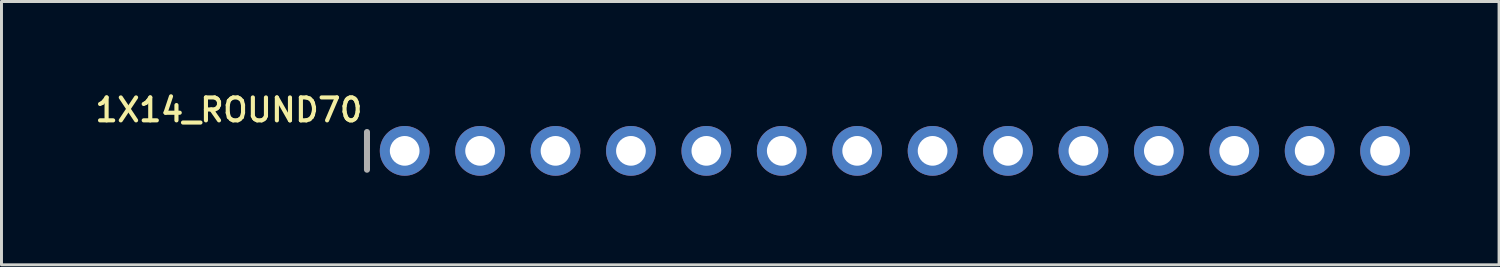
<source format=kicad_pcb>
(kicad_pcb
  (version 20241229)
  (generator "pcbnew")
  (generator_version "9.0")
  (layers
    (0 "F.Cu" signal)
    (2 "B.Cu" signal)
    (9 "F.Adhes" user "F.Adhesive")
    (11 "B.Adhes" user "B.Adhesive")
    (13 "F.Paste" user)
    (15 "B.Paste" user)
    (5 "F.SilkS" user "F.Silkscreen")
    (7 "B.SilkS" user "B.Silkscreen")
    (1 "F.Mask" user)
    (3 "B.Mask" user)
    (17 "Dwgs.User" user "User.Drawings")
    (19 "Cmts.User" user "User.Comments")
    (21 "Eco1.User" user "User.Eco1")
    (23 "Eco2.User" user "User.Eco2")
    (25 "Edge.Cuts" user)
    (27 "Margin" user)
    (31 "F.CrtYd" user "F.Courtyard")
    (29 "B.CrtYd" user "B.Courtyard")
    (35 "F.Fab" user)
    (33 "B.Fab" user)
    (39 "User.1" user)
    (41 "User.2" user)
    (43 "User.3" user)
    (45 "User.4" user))
  (footprint "1X14_ROUND70"
    (layer "F.Cu")
    (at 27.09 2.031)
    (property "Reference" "1X14_ROUND70" (at -17.856 -1.829 180) (layer "F.SilkS") (effects (font (size 0.772 0.772) (thickness 0.139)) (justify right top)))
    (attr through_hole)
    (fp_line (start -17.78 -0.635) (end -17.78 0.635) (stroke (width 0.203) (type solid)) (layer "F.Fab"))
    (fp_poly (pts (xy -16.764 0.254) (xy -16.256 0.254) (xy -16.256 -0.254) (xy -16.764 -0.254)) (stroke (width 0.1) (type solid)) (fill no) (layer "F.Fab"))
    (fp_poly (pts (xy -14.224 0.254) (xy -13.716 0.254) (xy -13.716 -0.254) (xy -14.224 -0.254)) (stroke (width 0.1) (type solid)) (fill no) (layer "F.Fab"))
    (fp_poly (pts (xy -11.684 0.254) (xy -11.176 0.254) (xy -11.176 -0.254) (xy -11.684 -0.254)) (stroke (width 0.1) (type solid)) (fill no) (layer "F.Fab"))
    (fp_poly (pts (xy -9.144 0.254) (xy -8.636 0.254) (xy -8.636 -0.254) (xy -9.144 -0.254)) (stroke (width 0.1) (type solid)) (fill no) (layer "F.Fab"))
    (fp_poly (pts (xy -6.604 0.254) (xy -6.096 0.254) (xy -6.096 -0.254) (xy -6.604 -0.254)) (stroke (width 0.1) (type solid)) (fill no) (layer "F.Fab"))
    (fp_poly (pts (xy -4.064 0.254) (xy -3.556 0.254) (xy -3.556 -0.254) (xy -4.064 -0.254)) (stroke (width 0.1) (type solid)) (fill no) (layer "F.Fab"))
    (fp_poly (pts (xy -1.524 0.254) (xy -1.016 0.254) (xy -1.016 -0.254) (xy -1.524 -0.254)) (stroke (width 0.1) (type solid)) (fill no) (layer "F.Fab"))
    (fp_poly (pts (xy 1.016 0.254) (xy 1.524 0.254) (xy 1.524 -0.254) (xy 1.016 -0.254)) (stroke (width 0.1) (type solid)) (fill no) (layer "F.Fab"))
    (fp_poly (pts (xy 3.556 0.254) (xy 4.064 0.254) (xy 4.064 -0.254) (xy 3.556 -0.254)) (stroke (width 0.1) (type solid)) (fill no) (layer "F.Fab"))
    (fp_poly (pts (xy 6.096 0.254) (xy 6.604 0.254) (xy 6.604 -0.254) (xy 6.096 -0.254)) (stroke (width 0.1) (type solid)) (fill no) (layer "F.Fab"))
    (fp_poly (pts (xy 8.636 0.254) (xy 9.144 0.254) (xy 9.144 -0.254) (xy 8.636 -0.254)) (stroke (width 0.1) (type solid)) (fill no) (layer "F.Fab"))
    (fp_poly (pts (xy 11.176 0.254) (xy 11.684 0.254) (xy 11.684 -0.254) (xy 11.176 -0.254)) (stroke (width 0.1) (type solid)) (fill no) (layer "F.Fab"))
    (fp_poly (pts (xy 13.716 0.254) (xy 14.224 0.254) (xy 14.224 -0.254) (xy 13.716 -0.254)) (stroke (width 0.1) (type solid)) (fill no) (layer "F.Fab"))
    (fp_poly (pts (xy 16.256 0.254) (xy 16.764 0.254) (xy 16.764 -0.254) (xy 16.256 -0.254)) (stroke (width 0.1) (type solid)) (fill no) (layer "F.Fab"))
    (pad "1" thru_hole circle (at -16.51 0 90) (size 1.676 1.676) (drill 1) (layers "*.Cu" "*.Mask"))
    (pad "2" thru_hole circle (at -13.97 0 90) (size 1.676 1.676) (drill 1) (layers "*.Cu" "*.Mask"))
    (pad "3" thru_hole circle (at -11.43 0 90) (size 1.676 1.676) (drill 1) (layers "*.Cu" "*.Mask"))
    (pad "4" thru_hole circle (at -8.89 0 90) (size 1.676 1.676) (drill 1) (layers "*.Cu" "*.Mask"))
    (pad "5" thru_hole circle (at -6.35 0 90) (size 1.676 1.676) (drill 1) (layers "*.Cu" "*.Mask"))
    (pad "6" thru_hole circle (at -3.81 0 90) (size 1.676 1.676) (drill 1) (layers "*.Cu" "*.Mask"))
    (pad "7" thru_hole circle (at -1.27 0 90) (size 1.676 1.676) (drill 1) (layers "*.Cu" "*.Mask"))
    (pad "8" thru_hole circle (at 1.27 0 90) (size 1.676 1.676) (drill 1) (layers "*.Cu" "*.Mask"))
    (pad "9" thru_hole circle (at 3.81 0 90) (size 1.676 1.676) (drill 1) (layers "*.Cu" "*.Mask"))
    (pad "10" thru_hole circle (at 6.35 0 90) (size 1.676 1.676) (drill 1) (layers "*.Cu" "*.Mask"))
    (pad "11" thru_hole circle (at 8.89 0 90) (size 1.676 1.676) (drill 1) (layers "*.Cu" "*.Mask"))
    (pad "12" thru_hole circle (at 11.43 0 90) (size 1.676 1.676) (drill 1) (layers "*.Cu" "*.Mask"))
    (pad "13" thru_hole circle (at 13.97 0 90) (size 1.676 1.676) (drill 1) (layers "*.Cu" "*.Mask"))
    (pad "14" thru_hole circle (at 16.51 0 90) (size 1.676 1.676) (drill 1) (layers "*.Cu" "*.Mask")))
  (gr_rect
    (start -3 -3)
    (end 47.439 5.869)
    (stroke (width 0.1) (type default))
    (fill no)
    (layer "Edge.Cuts")))
</source>
